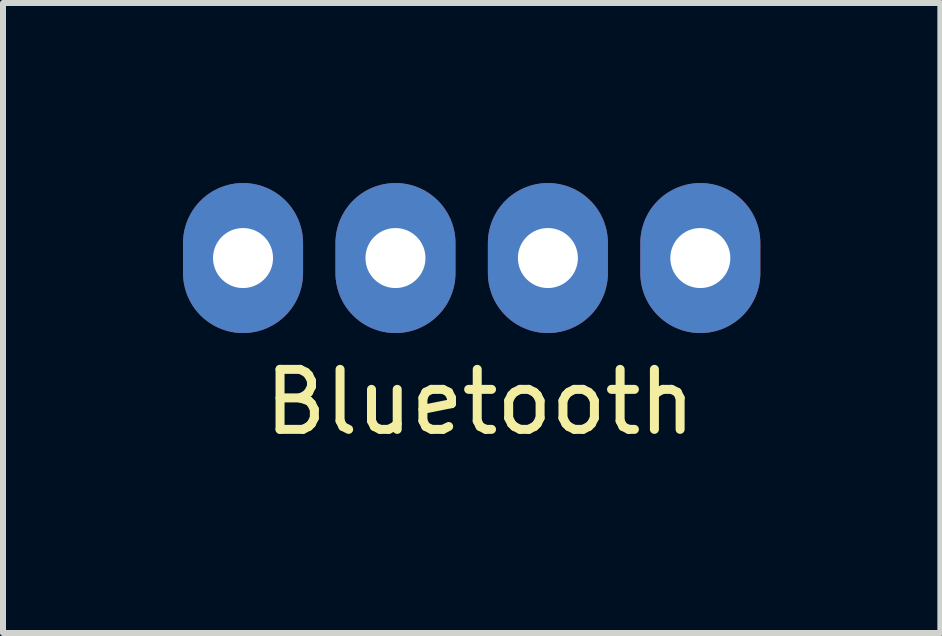
<source format=kicad_pcb>
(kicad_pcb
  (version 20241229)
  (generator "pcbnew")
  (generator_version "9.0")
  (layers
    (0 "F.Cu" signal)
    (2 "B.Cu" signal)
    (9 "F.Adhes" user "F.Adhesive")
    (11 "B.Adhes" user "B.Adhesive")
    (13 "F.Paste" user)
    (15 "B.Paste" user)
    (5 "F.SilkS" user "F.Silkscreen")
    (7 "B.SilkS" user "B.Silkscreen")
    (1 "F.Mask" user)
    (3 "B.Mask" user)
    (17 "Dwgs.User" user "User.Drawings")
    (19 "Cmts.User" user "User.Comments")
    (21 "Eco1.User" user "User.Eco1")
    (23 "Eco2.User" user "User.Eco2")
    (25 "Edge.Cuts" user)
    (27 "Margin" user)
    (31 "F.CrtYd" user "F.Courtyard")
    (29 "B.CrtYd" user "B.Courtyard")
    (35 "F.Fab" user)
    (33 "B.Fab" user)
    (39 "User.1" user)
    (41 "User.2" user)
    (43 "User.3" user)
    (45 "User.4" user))
  (footprint "Bluetooth"
    (layer "F.Cu")
    (at 1 1.25)
    (property "Reference" "Bluetooth" (at 3.95 2.4 0) (layer "F.SilkS") (effects (font (size 1 1) (thickness 0.15))))
    (attr through_hole)
    (pad "1" thru_hole oval (at 0 0) (size 2 2.5) (drill 1) (layers "*.Cu" "*.Mask"))
    (pad "2" thru_hole oval (at 2.54 0) (size 2 2.5) (drill 1) (layers "*.Cu" "*.Mask"))
    (pad "3" thru_hole oval (at 5.08 0) (size 2 2.5) (drill 1) (layers "*.Cu" "*.Mask"))
    (pad "4" thru_hole oval (at 7.62 0) (size 2 2.5) (drill 1) (layers "*.Cu" "*.Mask")))
  (gr_rect
    (start -3 -3)
    (end 12.62 7.498)
    (stroke (width 0.1) (type default))
    (fill no)
    (layer "Edge.Cuts")))
</source>
